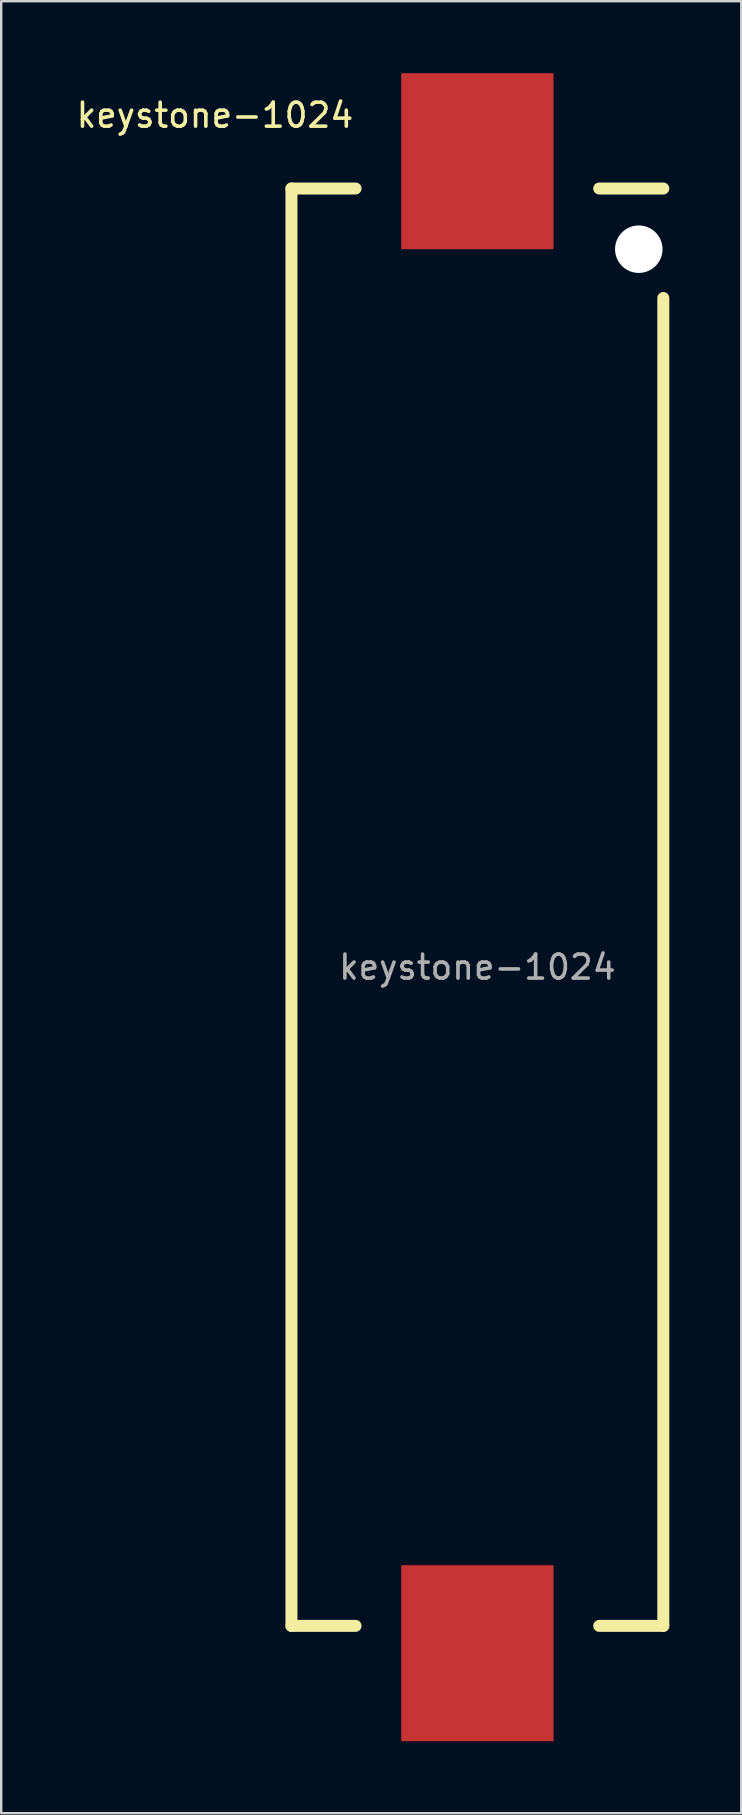
<source format=kicad_pcb>
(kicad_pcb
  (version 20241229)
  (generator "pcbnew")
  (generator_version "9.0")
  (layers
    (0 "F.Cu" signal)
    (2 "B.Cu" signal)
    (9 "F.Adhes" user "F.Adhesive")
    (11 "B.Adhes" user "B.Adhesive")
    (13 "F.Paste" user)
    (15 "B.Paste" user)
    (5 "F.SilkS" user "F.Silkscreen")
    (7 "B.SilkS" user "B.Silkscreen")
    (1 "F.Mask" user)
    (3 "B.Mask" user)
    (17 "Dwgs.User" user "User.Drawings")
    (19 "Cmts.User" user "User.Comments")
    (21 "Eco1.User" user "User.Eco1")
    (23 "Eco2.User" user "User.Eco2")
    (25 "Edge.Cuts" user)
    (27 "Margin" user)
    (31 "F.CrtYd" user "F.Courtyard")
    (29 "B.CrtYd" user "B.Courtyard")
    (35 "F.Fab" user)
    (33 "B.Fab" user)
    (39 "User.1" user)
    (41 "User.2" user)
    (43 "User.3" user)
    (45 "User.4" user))
  (footprint "keystone-1024"
    (layer "F.Cu")
    (at 16.854 34.775)
    (property "Reference" "keystone-1024" (at -5.08 -33.02 0) (unlocked yes) (layer "F.SilkS") (effects (font (size 1 1) (thickness 0.15)) (justify right)))
    (attr smd)
    (fp_line (start -7.752 -29.965) (end -7.752 29.965) (stroke (width 0.5) (type solid)) (layer "F.SilkS"))
    (fp_line (start -5.08 -29.965) (end -7.752 -29.965) (stroke (width 0.5) (type solid)) (layer "F.SilkS"))
    (fp_line (start -5.08 29.965) (end -7.752 29.965) (stroke (width 0.5) (type solid)) (layer "F.SilkS"))
    (fp_line (start 5.08 29.965) (end 7.752 29.965) (stroke (width 0.5) (type solid)) (layer "F.SilkS"))
    (fp_line (start 7.752 -29.965) (end 5.08 -29.965) (stroke (width 0.5) (type solid)) (layer "F.SilkS"))
    (fp_line (start 7.752 29.965) (end 7.752 -25.4) (stroke (width 0.5) (type solid)) (layer "F.SilkS"))
    (fp_text user "${REFERENCE}" (at 0 2.5 0) (unlocked yes) (layer "F.Fab") (effects (font (size 1 1) (thickness 0.15))))
    (pad "" np_thru_hole circle (at 6.73 -27.435) (size 1.98 1.98) (drill 1.98) (layers "*.Cu" "*.Mask"))
    (pad "1" smd rect (at 0 -31.105) (size 6.35 7.34) (layers "F.Cu" "F.Mask" "F.Paste"))
    (pad "2" smd rect (at 0 31.105) (size 6.35 7.34) (layers "F.Cu" "F.Mask" "F.Paste")))
  (gr_rect
    (start -3 -3)
    (end 27.856 72.55)
    (stroke (width 0.1) (type default))
    (fill no)
    (layer "Edge.Cuts")))
</source>
